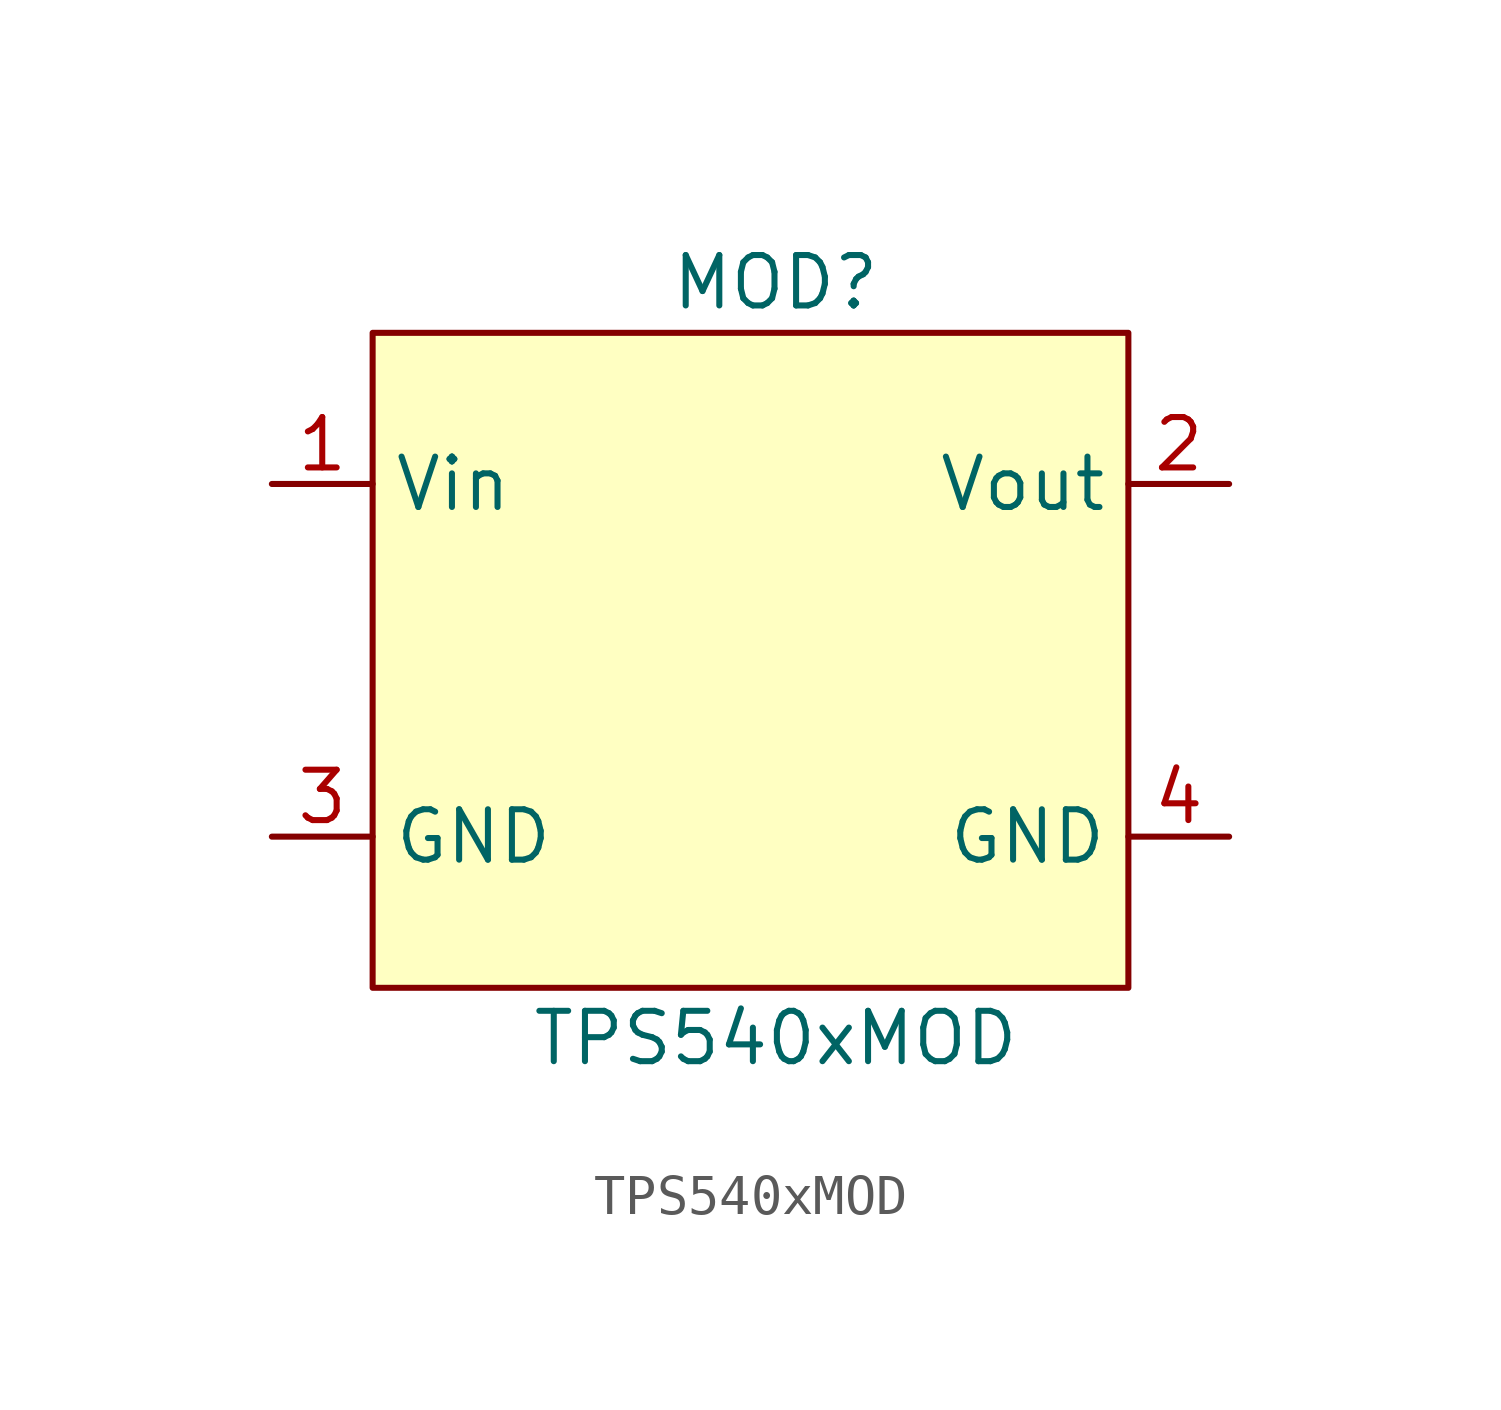
<source format=kicad_sym>
(kicad_symbol_lib
  (version 20211014)
  (generator kicad_symbol_editor)
  (symbol "TPS540xMOD"
    (property "Reference" "MOD"
      (at 0 10.16 0)
      (effects (font (size 1.27 1.27))))
    (property "Value" "TPS540xMOD"
      (at 0 -8.89 0)
      (effects (font (size 1.27 1.27))))
    (symbol "TPS540xMOD_0_1"
      (rectangle (start -10.16 8.89) (end 8.89 -7.62) (stroke (width 0) (type default) (color 0 0 0 0)) (fill (type background))))
    (symbol "TPS540xMOD_1_1"
      (pin power_in line (at -12.7 5.08 0) (length 2.54) (name "Vin" (effects (font (size 1.27 1.27)))) (number "1" (effects (font (size 1.27 1.27)))))
      (pin power_out line (at 11.43 5.08 180) (length 2.54) (name "Vout" (effects (font (size 1.27 1.27)))) (number "2" (effects (font (size 1.27 1.27)))))
      (pin passive line (at -12.7 -3.81 0) (length 2.54) (name "GND" (effects (font (size 1.27 1.27)))) (number "3" (effects (font (size 1.27 1.27)))))
      (pin passive line (at 11.43 -3.81 180) (length 2.54) (name "GND" (effects (font (size 1.27 1.27)))) (number "4" (effects (font (size 1.27 1.27))))))))
</source>
